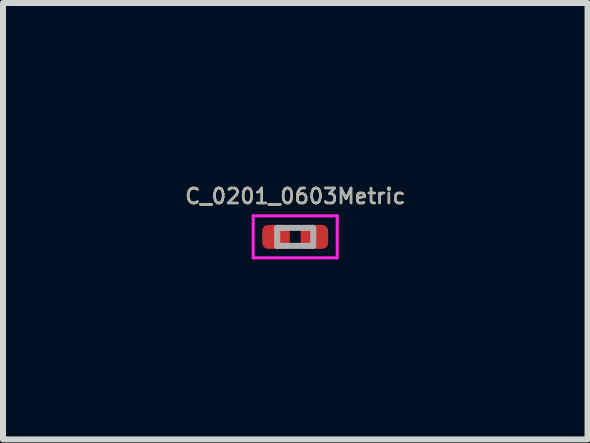
<source format=kicad_pcb>
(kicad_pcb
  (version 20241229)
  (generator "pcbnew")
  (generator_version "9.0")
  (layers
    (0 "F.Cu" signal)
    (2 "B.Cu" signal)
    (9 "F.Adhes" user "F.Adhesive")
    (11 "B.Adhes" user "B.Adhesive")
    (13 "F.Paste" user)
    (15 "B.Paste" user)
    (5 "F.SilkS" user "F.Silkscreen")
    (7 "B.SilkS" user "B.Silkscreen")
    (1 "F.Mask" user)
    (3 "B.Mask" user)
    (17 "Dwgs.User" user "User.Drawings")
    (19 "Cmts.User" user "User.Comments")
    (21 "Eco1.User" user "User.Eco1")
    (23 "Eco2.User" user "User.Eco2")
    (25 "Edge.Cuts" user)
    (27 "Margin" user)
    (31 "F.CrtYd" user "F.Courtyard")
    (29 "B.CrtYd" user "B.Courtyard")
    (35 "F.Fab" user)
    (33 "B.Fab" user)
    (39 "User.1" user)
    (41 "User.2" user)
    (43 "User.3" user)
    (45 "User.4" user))
  (footprint "C_0201_0603Metric"
    (layer "F.Cu")
    (at 1.868 0.896)
    (property "Reference" "C_0201_0603Metric" (at 0.003 -0.676 0) (layer "F.SilkS") (effects (font (size 0.25 0.25) (thickness 0.04))))
    (attr smd)
    (fp_line (start -0.7 -0.35) (end 0.7 -0.35) (stroke (width 0.05) (type solid)) (layer "F.CrtYd"))
    (fp_line (start -0.7 0.35) (end -0.7 -0.35) (stroke (width 0.05) (type solid)) (layer "F.CrtYd"))
    (fp_line (start 0.7 -0.35) (end 0.7 0.35) (stroke (width 0.05) (type solid)) (layer "F.CrtYd"))
    (fp_line (start 0.7 0.35) (end -0.7 0.35) (stroke (width 0.05) (type solid)) (layer "F.CrtYd"))
    (fp_line (start -0.3 -0.15) (end 0.3 -0.15) (stroke (width 0.1) (type solid)) (layer "F.Fab"))
    (fp_line (start -0.3 0.15) (end -0.3 -0.15) (stroke (width 0.1) (type solid)) (layer "F.Fab"))
    (fp_line (start 0.3 -0.15) (end 0.3 0.15) (stroke (width 0.1) (type solid)) (layer "F.Fab"))
    (fp_line (start 0.3 0.15) (end -0.3 0.15) (stroke (width 0.1) (type solid)) (layer "F.Fab"))
    (fp_text user "${REFERENCE}" (at 0 -0.68 0) (layer "F.Fab") (effects (font (size 0.25 0.25) (thickness 0.04))))
    (pad "" smd roundrect (at -0.345 0) (size 0.318 0.36) (layers "F.Paste") (roundrect_rratio 0.25))
    (pad "" smd roundrect (at 0.345 0) (size 0.318 0.36) (layers "F.Paste") (roundrect_rratio 0.25))
    (pad "1" smd roundrect (at -0.32 0) (size 0.46 0.4) (layers "F.Cu" "F.Mask") (roundrect_rratio 0.25))
    (pad "2" smd roundrect (at 0.32 0) (size 0.46 0.4) (layers "F.Cu" "F.Mask") (roundrect_rratio 0.25)))
  (gr_rect
    (start -3 -3)
    (end 6.739 4.271)
    (stroke (width 0.1) (type default))
    (fill no)
    (layer "Edge.Cuts")))
</source>
